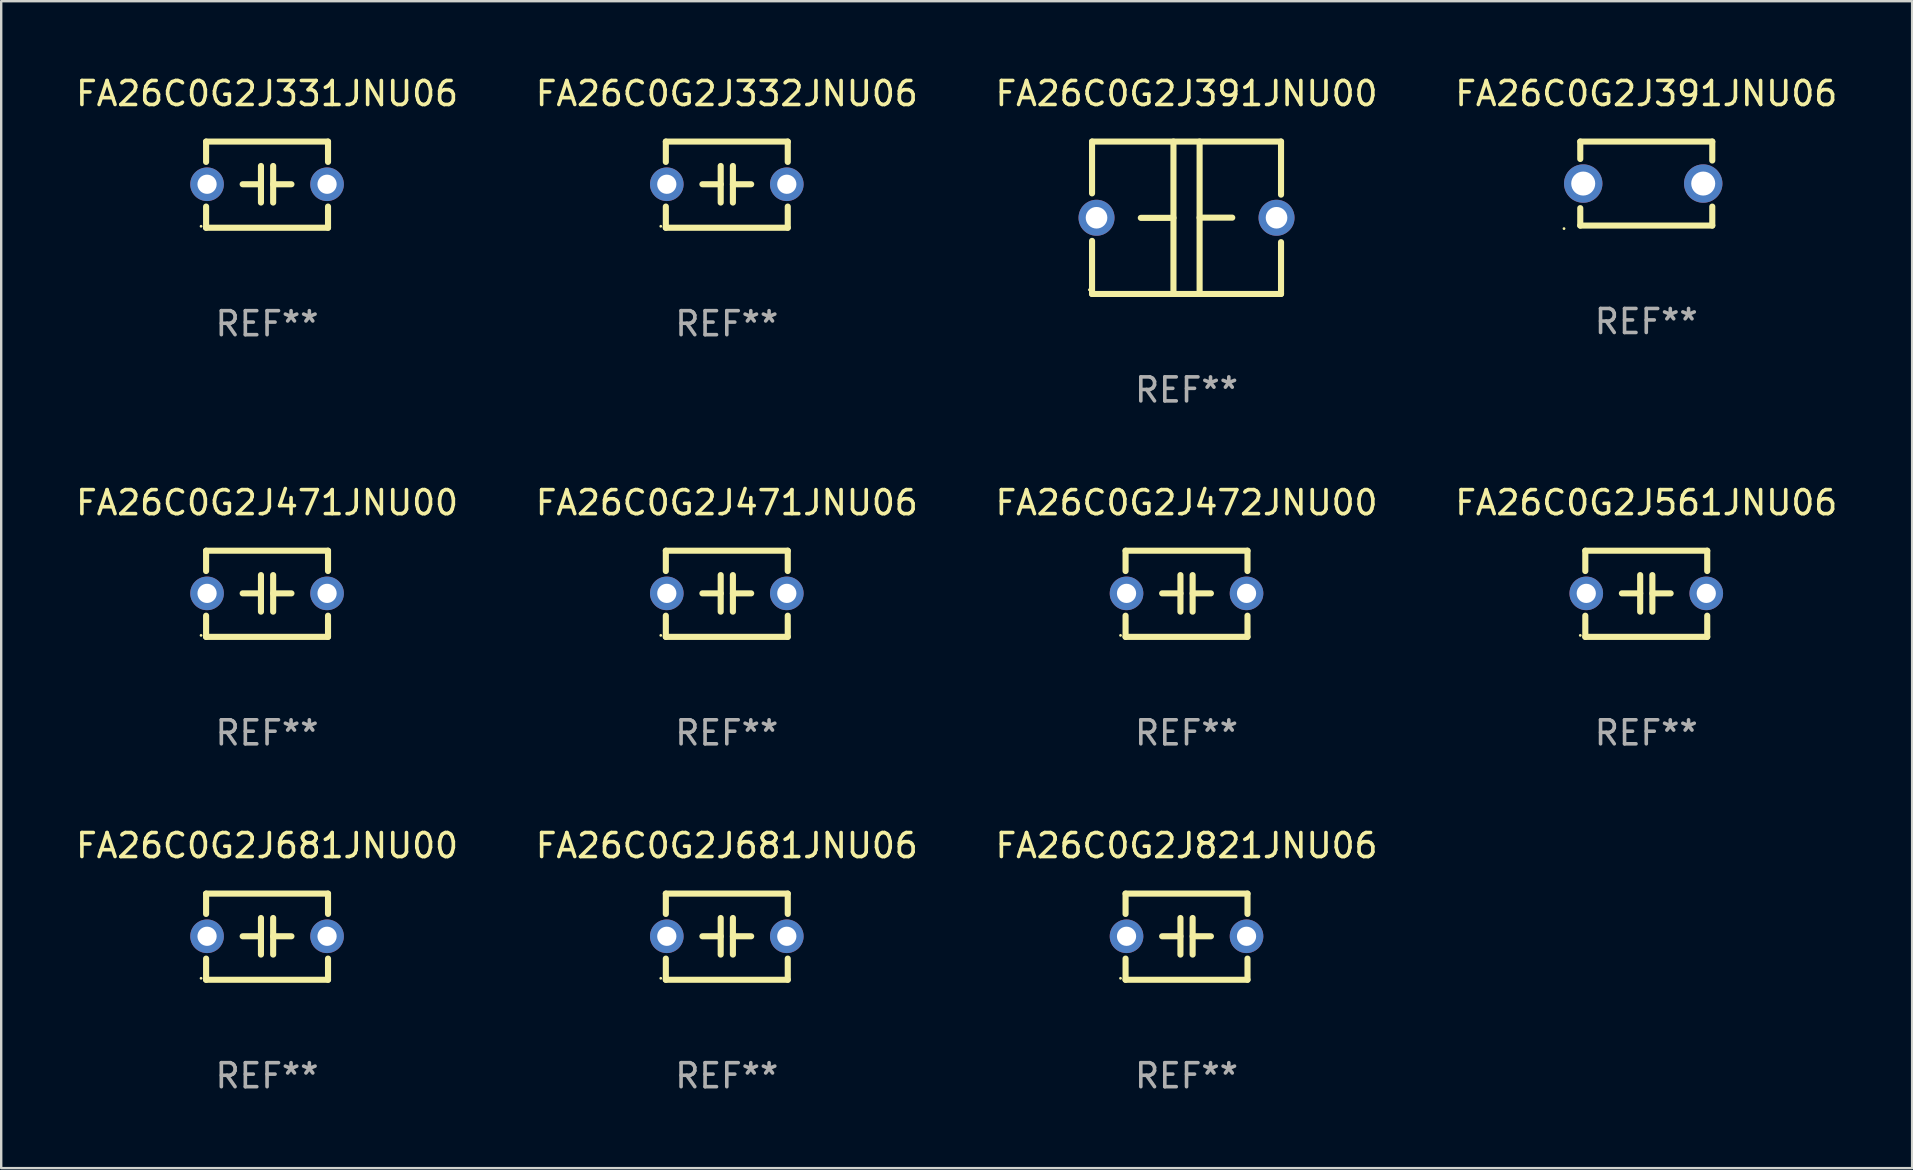
<source format=kicad_pcb>
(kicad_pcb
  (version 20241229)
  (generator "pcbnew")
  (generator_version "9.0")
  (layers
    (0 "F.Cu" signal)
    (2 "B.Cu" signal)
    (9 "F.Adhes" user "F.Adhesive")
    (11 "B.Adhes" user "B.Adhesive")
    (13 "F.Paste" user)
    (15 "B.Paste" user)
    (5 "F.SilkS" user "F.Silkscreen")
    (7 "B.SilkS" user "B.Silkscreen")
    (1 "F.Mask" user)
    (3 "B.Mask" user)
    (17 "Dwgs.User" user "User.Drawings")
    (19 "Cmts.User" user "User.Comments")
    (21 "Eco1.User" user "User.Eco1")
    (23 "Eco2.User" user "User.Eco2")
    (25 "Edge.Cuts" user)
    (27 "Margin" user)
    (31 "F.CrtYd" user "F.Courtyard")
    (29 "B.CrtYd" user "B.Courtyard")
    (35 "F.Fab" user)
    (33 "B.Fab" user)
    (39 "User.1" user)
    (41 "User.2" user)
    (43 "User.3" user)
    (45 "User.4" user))
  (footprint "FA26C0G2J471JNU00"
    (layer "F.Cu")
    (at 8.077 21.69)
    (property "Reference" "FA26C0G2J471JNU00" (at 0 -3.795 0) (layer "F.SilkS") (effects (font (size 1 1) (thickness 0.15))))
    (attr through_hole)
    (fp_line (start -2.54 -1.795) (end 2.54 -1.795) (stroke (width 0.254) (type solid)) (layer "F.SilkS"))
    (fp_line (start -2.54 -0.948) (end -2.54 -1.795) (stroke (width 0.254) (type solid)) (layer "F.SilkS"))
    (fp_line (start -2.54 1.795) (end -2.54 0.913) (stroke (width 0.254) (type solid)) (layer "F.SilkS"))
    (fp_line (start -1.016 -0.017) (end -0.254 -0.017) (stroke (width 0.254) (type solid)) (layer "F.SilkS"))
    (fp_line (start -0.254 0.745) (end -0.254 -0.779) (stroke (width 0.254) (type solid)) (layer "F.SilkS"))
    (fp_line (start 0.254 -0.779) (end 0.254 0.745) (stroke (width 0.254) (type solid)) (layer "F.SilkS"))
    (fp_line (start 1.016 -0.017) (end 0.254 -0.017) (stroke (width 0.254) (type solid)) (layer "F.SilkS"))
    (fp_line (start 2.54 -1.795) (end 2.54 -0.948) (stroke (width 0.254) (type solid)) (layer "F.SilkS"))
    (fp_line (start 2.54 1.795) (end -2.54 1.795) (stroke (width 0.254) (type solid)) (layer "F.SilkS"))
    (fp_line (start 2.54 1.795) (end 2.54 0.913) (stroke (width 0.254) (type solid)) (layer "F.SilkS"))
    (fp_circle (center -2.75 1.733) (end -2.72 1.733) (stroke (width 0.06) (type solid)) (fill no) (layer "F.SilkS"))
    (fp_text user "REF**" (at 0 5.795 0) (layer "F.Fab") (effects (font (size 1 1) (thickness 0.15))))
    (pad "1" thru_hole circle (at -2.5 -0.017) (size 1.4 1.4) (drill 0.8) (layers "*.Cu" "*.Mask"))
    (pad "2" thru_hole circle (at 2.5 -0.017) (size 1.4 1.4) (drill 0.8) (layers "*.Cu" "*.Mask")))
  (footprint "FA26C0G2J471JNU06"
    (layer "F.Cu")
    (at 27.232 21.69)
    (property "Reference" "FA26C0G2J471JNU06" (at 0 -3.795 0) (layer "F.SilkS") (effects (font (size 1 1) (thickness 0.15))))
    (attr through_hole)
    (fp_line (start -2.54 -1.795) (end 2.54 -1.795) (stroke (width 0.254) (type solid)) (layer "F.SilkS"))
    (fp_line (start -2.54 -0.948) (end -2.54 -1.795) (stroke (width 0.254) (type solid)) (layer "F.SilkS"))
    (fp_line (start -2.54 1.795) (end -2.54 0.913) (stroke (width 0.254) (type solid)) (layer "F.SilkS"))
    (fp_line (start -1.016 -0.017) (end -0.254 -0.017) (stroke (width 0.254) (type solid)) (layer "F.SilkS"))
    (fp_line (start -0.254 0.745) (end -0.254 -0.779) (stroke (width 0.254) (type solid)) (layer "F.SilkS"))
    (fp_line (start 0.254 -0.779) (end 0.254 0.745) (stroke (width 0.254) (type solid)) (layer "F.SilkS"))
    (fp_line (start 1.016 -0.017) (end 0.254 -0.017) (stroke (width 0.254) (type solid)) (layer "F.SilkS"))
    (fp_line (start 2.54 -1.795) (end 2.54 -0.948) (stroke (width 0.254) (type solid)) (layer "F.SilkS"))
    (fp_line (start 2.54 1.795) (end -2.54 1.795) (stroke (width 0.254) (type solid)) (layer "F.SilkS"))
    (fp_line (start 2.54 1.795) (end 2.54 0.913) (stroke (width 0.254) (type solid)) (layer "F.SilkS"))
    (fp_circle (center -2.75 1.733) (end -2.72 1.733) (stroke (width 0.06) (type solid)) (fill no) (layer "F.SilkS"))
    (fp_text user "REF**" (at 0 5.795 0) (layer "F.Fab") (effects (font (size 1 1) (thickness 0.15))))
    (pad "1" thru_hole circle (at -2.5 -0.017) (size 1.4 1.4) (drill 0.8) (layers "*.Cu" "*.Mask"))
    (pad "2" thru_hole circle (at 2.5 -0.017) (size 1.4 1.4) (drill 0.8) (layers "*.Cu" "*.Mask")))
  (footprint "FA26C0G2J391JNU06"
    (layer "F.Cu")
    (at 65.542 4.598)
    (property "Reference" "FA26C0G2J391JNU06" (at 0 -3.75 0) (layer "F.SilkS") (effects (font (size 1 1) (thickness 0.15))))
    (attr through_hole)
    (fp_line (start -2.75 -1.75) (end -2.75 -1.024) (stroke (width 0.254) (type solid)) (layer "F.SilkS"))
    (fp_line (start -2.75 -1.75) (end 2.75 -1.75) (stroke (width 0.254) (type solid)) (layer "F.SilkS"))
    (fp_line (start -2.75 1.024) (end -2.75 1.75) (stroke (width 0.254) (type solid)) (layer "F.SilkS"))
    (fp_line (start 2.75 -1.75) (end 2.75 -0.96) (stroke (width 0.254) (type solid)) (layer "F.SilkS"))
    (fp_line (start 2.75 0.96) (end 2.75 1.75) (stroke (width 0.254) (type solid)) (layer "F.SilkS"))
    (fp_line (start 2.75 1.75) (end -2.75 1.75) (stroke (width 0.254) (type solid)) (layer "F.SilkS"))
    (fp_circle (center -3.427 1.877) (end -3.397 1.877) (stroke (width 0.06) (type solid)) (fill no) (layer "F.SilkS"))
    (fp_text user "REF**" (at 0 5.75 0) (layer "F.Fab") (effects (font (size 1 1) (thickness 0.15))))
    (pad "1" thru_hole circle (at -2.627 0) (size 1.6 1.6) (drill 1) (layers "*.Cu" "*.Mask"))
    (pad "2" thru_hole circle (at 2.373 0) (size 1.6 1.6) (drill 1) (layers "*.Cu" "*.Mask")))
  (footprint "FA26C0G2J472JNU00"
    (layer "F.Cu")
    (at 46.387 21.69)
    (property "Reference" "FA26C0G2J472JNU00" (at 0 -3.795 0) (layer "F.SilkS") (effects (font (size 1 1) (thickness 0.15))))
    (attr through_hole)
    (fp_line (start -2.54 -1.795) (end 2.54 -1.795) (stroke (width 0.254) (type solid)) (layer "F.SilkS"))
    (fp_line (start -2.54 -0.948) (end -2.54 -1.795) (stroke (width 0.254) (type solid)) (layer "F.SilkS"))
    (fp_line (start -2.54 1.795) (end -2.54 0.913) (stroke (width 0.254) (type solid)) (layer "F.SilkS"))
    (fp_line (start -1.016 -0.017) (end -0.254 -0.017) (stroke (width 0.254) (type solid)) (layer "F.SilkS"))
    (fp_line (start -0.254 0.745) (end -0.254 -0.779) (stroke (width 0.254) (type solid)) (layer "F.SilkS"))
    (fp_line (start 0.254 -0.779) (end 0.254 0.745) (stroke (width 0.254) (type solid)) (layer "F.SilkS"))
    (fp_line (start 1.016 -0.017) (end 0.254 -0.017) (stroke (width 0.254) (type solid)) (layer "F.SilkS"))
    (fp_line (start 2.54 -1.795) (end 2.54 -0.948) (stroke (width 0.254) (type solid)) (layer "F.SilkS"))
    (fp_line (start 2.54 1.795) (end -2.54 1.795) (stroke (width 0.254) (type solid)) (layer "F.SilkS"))
    (fp_line (start 2.54 1.795) (end 2.54 0.913) (stroke (width 0.254) (type solid)) (layer "F.SilkS"))
    (fp_circle (center -2.75 1.733) (end -2.72 1.733) (stroke (width 0.06) (type solid)) (fill no) (layer "F.SilkS"))
    (fp_text user "REF**" (at 0 5.795 0) (layer "F.Fab") (effects (font (size 1 1) (thickness 0.15))))
    (pad "1" thru_hole circle (at -2.5 -0.017) (size 1.4 1.4) (drill 0.8) (layers "*.Cu" "*.Mask"))
    (pad "2" thru_hole circle (at 2.5 -0.017) (size 1.4 1.4) (drill 0.8) (layers "*.Cu" "*.Mask")))
  (footprint "FA26C0G2J821JNU06"
    (layer "F.Cu")
    (at 46.387 35.977)
    (property "Reference" "FA26C0G2J821JNU06" (at 0 -3.795 0) (layer "F.SilkS") (effects (font (size 1 1) (thickness 0.15))))
    (attr through_hole)
    (fp_line (start -2.54 -1.795) (end 2.54 -1.795) (stroke (width 0.254) (type solid)) (layer "F.SilkS"))
    (fp_line (start -2.54 -0.948) (end -2.54 -1.795) (stroke (width 0.254) (type solid)) (layer "F.SilkS"))
    (fp_line (start -2.54 1.795) (end -2.54 0.913) (stroke (width 0.254) (type solid)) (layer "F.SilkS"))
    (fp_line (start -1.016 -0.017) (end -0.254 -0.017) (stroke (width 0.254) (type solid)) (layer "F.SilkS"))
    (fp_line (start -0.254 0.745) (end -0.254 -0.779) (stroke (width 0.254) (type solid)) (layer "F.SilkS"))
    (fp_line (start 0.254 -0.779) (end 0.254 0.745) (stroke (width 0.254) (type solid)) (layer "F.SilkS"))
    (fp_line (start 1.016 -0.017) (end 0.254 -0.017) (stroke (width 0.254) (type solid)) (layer "F.SilkS"))
    (fp_line (start 2.54 -1.795) (end 2.54 -0.948) (stroke (width 0.254) (type solid)) (layer "F.SilkS"))
    (fp_line (start 2.54 1.795) (end -2.54 1.795) (stroke (width 0.254) (type solid)) (layer "F.SilkS"))
    (fp_line (start 2.54 1.795) (end 2.54 0.913) (stroke (width 0.254) (type solid)) (layer "F.SilkS"))
    (fp_circle (center -2.75 1.733) (end -2.72 1.733) (stroke (width 0.06) (type solid)) (fill no) (layer "F.SilkS"))
    (fp_text user "REF**" (at 0 5.795 0) (layer "F.Fab") (effects (font (size 1 1) (thickness 0.15))))
    (pad "1" thru_hole circle (at -2.5 -0.017) (size 1.4 1.4) (drill 0.8) (layers "*.Cu" "*.Mask"))
    (pad "2" thru_hole circle (at 2.5 -0.017) (size 1.4 1.4) (drill 0.8) (layers "*.Cu" "*.Mask")))
  (footprint "FA26C0G2J681JNU00"
    (layer "F.Cu")
    (at 8.077 35.977)
    (property "Reference" "FA26C0G2J681JNU00" (at 0 -3.795 0) (layer "F.SilkS") (effects (font (size 1 1) (thickness 0.15))))
    (attr through_hole)
    (fp_line (start -2.54 -1.795) (end 2.54 -1.795) (stroke (width 0.254) (type solid)) (layer "F.SilkS"))
    (fp_line (start -2.54 -0.948) (end -2.54 -1.795) (stroke (width 0.254) (type solid)) (layer "F.SilkS"))
    (fp_line (start -2.54 1.795) (end -2.54 0.913) (stroke (width 0.254) (type solid)) (layer "F.SilkS"))
    (fp_line (start -1.016 -0.017) (end -0.254 -0.017) (stroke (width 0.254) (type solid)) (layer "F.SilkS"))
    (fp_line (start -0.254 0.745) (end -0.254 -0.779) (stroke (width 0.254) (type solid)) (layer "F.SilkS"))
    (fp_line (start 0.254 -0.779) (end 0.254 0.745) (stroke (width 0.254) (type solid)) (layer "F.SilkS"))
    (fp_line (start 1.016 -0.017) (end 0.254 -0.017) (stroke (width 0.254) (type solid)) (layer "F.SilkS"))
    (fp_line (start 2.54 -1.795) (end 2.54 -0.948) (stroke (width 0.254) (type solid)) (layer "F.SilkS"))
    (fp_line (start 2.54 1.795) (end -2.54 1.795) (stroke (width 0.254) (type solid)) (layer "F.SilkS"))
    (fp_line (start 2.54 1.795) (end 2.54 0.913) (stroke (width 0.254) (type solid)) (layer "F.SilkS"))
    (fp_circle (center -2.75 1.733) (end -2.72 1.733) (stroke (width 0.06) (type solid)) (fill no) (layer "F.SilkS"))
    (fp_text user "REF**" (at 0 5.795 0) (layer "F.Fab") (effects (font (size 1 1) (thickness 0.15))))
    (pad "1" thru_hole circle (at -2.5 -0.017) (size 1.4 1.4) (drill 0.8) (layers "*.Cu" "*.Mask"))
    (pad "2" thru_hole circle (at 2.5 -0.017) (size 1.4 1.4) (drill 0.8) (layers "*.Cu" "*.Mask")))
  (footprint "FA26C0G2J331JNU06"
    (layer "F.Cu")
    (at 8.077 4.644)
    (property "Reference" "FA26C0G2J331JNU06" (at 0 -3.795 0) (layer "F.SilkS") (effects (font (size 1 1) (thickness 0.15))))
    (attr through_hole)
    (fp_line (start -2.54 -1.795) (end 2.54 -1.795) (stroke (width 0.254) (type solid)) (layer "F.SilkS"))
    (fp_line (start -2.54 -0.948) (end -2.54 -1.795) (stroke (width 0.254) (type solid)) (layer "F.SilkS"))
    (fp_line (start -2.54 1.795) (end -2.54 0.913) (stroke (width 0.254) (type solid)) (layer "F.SilkS"))
    (fp_line (start -1.016 -0.017) (end -0.254 -0.017) (stroke (width 0.254) (type solid)) (layer "F.SilkS"))
    (fp_line (start -0.254 0.745) (end -0.254 -0.779) (stroke (width 0.254) (type solid)) (layer "F.SilkS"))
    (fp_line (start 0.254 -0.779) (end 0.254 0.745) (stroke (width 0.254) (type solid)) (layer "F.SilkS"))
    (fp_line (start 1.016 -0.017) (end 0.254 -0.017) (stroke (width 0.254) (type solid)) (layer "F.SilkS"))
    (fp_line (start 2.54 -1.795) (end 2.54 -0.948) (stroke (width 0.254) (type solid)) (layer "F.SilkS"))
    (fp_line (start 2.54 1.795) (end -2.54 1.795) (stroke (width 0.254) (type solid)) (layer "F.SilkS"))
    (fp_line (start 2.54 1.795) (end 2.54 0.913) (stroke (width 0.254) (type solid)) (layer "F.SilkS"))
    (fp_circle (center -2.75 1.733) (end -2.72 1.733) (stroke (width 0.06) (type solid)) (fill no) (layer "F.SilkS"))
    (fp_text user "REF**" (at 0 5.795 0) (layer "F.Fab") (effects (font (size 1 1) (thickness 0.15))))
    (pad "1" thru_hole circle (at -2.5 -0.017) (size 1.4 1.4) (drill 0.8) (layers "*.Cu" "*.Mask"))
    (pad "2" thru_hole circle (at 2.5 -0.017) (size 1.4 1.4) (drill 0.8) (layers "*.Cu" "*.Mask")))
  (footprint "FA26C0G2J332JNU06"
    (layer "F.Cu")
    (at 27.232 4.644)
    (property "Reference" "FA26C0G2J332JNU06" (at 0 -3.795 0) (layer "F.SilkS") (effects (font (size 1 1) (thickness 0.15))))
    (attr through_hole)
    (fp_line (start -2.54 -1.795) (end 2.54 -1.795) (stroke (width 0.254) (type solid)) (layer "F.SilkS"))
    (fp_line (start -2.54 -0.948) (end -2.54 -1.795) (stroke (width 0.254) (type solid)) (layer "F.SilkS"))
    (fp_line (start -2.54 1.795) (end -2.54 0.913) (stroke (width 0.254) (type solid)) (layer "F.SilkS"))
    (fp_line (start -1.016 -0.017) (end -0.254 -0.017) (stroke (width 0.254) (type solid)) (layer "F.SilkS"))
    (fp_line (start -0.254 0.745) (end -0.254 -0.779) (stroke (width 0.254) (type solid)) (layer "F.SilkS"))
    (fp_line (start 0.254 -0.779) (end 0.254 0.745) (stroke (width 0.254) (type solid)) (layer "F.SilkS"))
    (fp_line (start 1.016 -0.017) (end 0.254 -0.017) (stroke (width 0.254) (type solid)) (layer "F.SilkS"))
    (fp_line (start 2.54 -1.795) (end 2.54 -0.948) (stroke (width 0.254) (type solid)) (layer "F.SilkS"))
    (fp_line (start 2.54 1.795) (end -2.54 1.795) (stroke (width 0.254) (type solid)) (layer "F.SilkS"))
    (fp_line (start 2.54 1.795) (end 2.54 0.913) (stroke (width 0.254) (type solid)) (layer "F.SilkS"))
    (fp_circle (center -2.75 1.733) (end -2.72 1.733) (stroke (width 0.06) (type solid)) (fill no) (layer "F.SilkS"))
    (fp_text user "REF**" (at 0 5.795 0) (layer "F.Fab") (effects (font (size 1 1) (thickness 0.15))))
    (pad "1" thru_hole circle (at -2.5 -0.017) (size 1.4 1.4) (drill 0.8) (layers "*.Cu" "*.Mask"))
    (pad "2" thru_hole circle (at 2.5 -0.017) (size 1.4 1.4) (drill 0.8) (layers "*.Cu" "*.Mask")))
  (footprint "FA26C0G2J681JNU06"
    (layer "F.Cu")
    (at 27.232 35.977)
    (property "Reference" "FA26C0G2J681JNU06" (at 0 -3.795 0) (layer "F.SilkS") (effects (font (size 1 1) (thickness 0.15))))
    (attr through_hole)
    (fp_line (start -2.54 -1.795) (end 2.54 -1.795) (stroke (width 0.254) (type solid)) (layer "F.SilkS"))
    (fp_line (start -2.54 -0.948) (end -2.54 -1.795) (stroke (width 0.254) (type solid)) (layer "F.SilkS"))
    (fp_line (start -2.54 1.795) (end -2.54 0.913) (stroke (width 0.254) (type solid)) (layer "F.SilkS"))
    (fp_line (start -1.016 -0.017) (end -0.254 -0.017) (stroke (width 0.254) (type solid)) (layer "F.SilkS"))
    (fp_line (start -0.254 0.745) (end -0.254 -0.779) (stroke (width 0.254) (type solid)) (layer "F.SilkS"))
    (fp_line (start 0.254 -0.779) (end 0.254 0.745) (stroke (width 0.254) (type solid)) (layer "F.SilkS"))
    (fp_line (start 1.016 -0.017) (end 0.254 -0.017) (stroke (width 0.254) (type solid)) (layer "F.SilkS"))
    (fp_line (start 2.54 -1.795) (end 2.54 -0.948) (stroke (width 0.254) (type solid)) (layer "F.SilkS"))
    (fp_line (start 2.54 1.795) (end -2.54 1.795) (stroke (width 0.254) (type solid)) (layer "F.SilkS"))
    (fp_line (start 2.54 1.795) (end 2.54 0.913) (stroke (width 0.254) (type solid)) (layer "F.SilkS"))
    (fp_circle (center -2.75 1.733) (end -2.72 1.733) (stroke (width 0.06) (type solid)) (fill no) (layer "F.SilkS"))
    (fp_text user "REF**" (at 0 5.795 0) (layer "F.Fab") (effects (font (size 1 1) (thickness 0.15))))
    (pad "1" thru_hole circle (at -2.5 -0.017) (size 1.4 1.4) (drill 0.8) (layers "*.Cu" "*.Mask"))
    (pad "2" thru_hole circle (at 2.5 -0.017) (size 1.4 1.4) (drill 0.8) (layers "*.Cu" "*.Mask")))
  (footprint "FA26C0G2J391JNU00"
    (layer "F.Cu")
    (at 46.387 6.023)
    (property "Reference" "FA26C0G2J391JNU00" (at 0 -5.175 0) (layer "F.SilkS") (effects (font (size 1 1) (thickness 0.15))))
    (attr through_hole)
    (fp_line (start -3.937 -3.175) (end 3.937 -3.175) (stroke (width 0.254) (type solid)) (layer "F.SilkS"))
    (fp_line (start -3.937 -1.016) (end -3.937 -3.175) (stroke (width 0.254) (type solid)) (layer "F.SilkS"))
    (fp_line (start -3.937 3.175) (end -3.937 0.963) (stroke (width 0.254) (type solid)) (layer "F.SilkS"))
    (fp_line (start -0.545 0.005) (end -1.905 0.005) (stroke (width 0.254) (type solid)) (layer "F.SilkS"))
    (fp_line (start -0.545 3.175) (end -0.545 -3.175) (stroke (width 0.254) (type solid)) (layer "F.SilkS"))
    (fp_line (start 0.545 -3.175) (end 0.545 3.175) (stroke (width 0.254) (type solid)) (layer "F.SilkS"))
    (fp_line (start 0.545 -0.005) (end 1.905 -0.005) (stroke (width 0.254) (type solid)) (layer "F.SilkS"))
    (fp_line (start 3.937 -3.175) (end 3.937 -0.963) (stroke (width 0.254) (type solid)) (layer "F.SilkS"))
    (fp_line (start 3.937 1.016) (end 3.937 3.175) (stroke (width 0.254) (type solid)) (layer "F.SilkS"))
    (fp_line (start 3.937 3.175) (end -3.937 3.175) (stroke (width 0.254) (type solid)) (layer "F.SilkS"))
    (fp_circle (center -4.05 3) (end -4.02 3) (stroke (width 0.06) (type solid)) (fill no) (layer "F.SilkS"))
    (fp_text user "REF**" (at 0 7.175 0) (layer "F.Fab") (effects (font (size 1 1) (thickness 0.15))))
    (pad "1" thru_hole circle (at -3.75 0) (size 1.5 1.5) (drill 0.9) (layers "*.Cu" "*.Mask"))
    (pad "2" thru_hole circle (at 3.75 0) (size 1.5 1.5) (drill 0.9) (layers "*.Cu" "*.Mask")))
  (footprint "FA26C0G2J561JNU06"
    (layer "F.Cu")
    (at 65.542 21.69)
    (property "Reference" "FA26C0G2J561JNU06" (at 0 -3.795 0) (layer "F.SilkS") (effects (font (size 1 1) (thickness 0.15))))
    (attr through_hole)
    (fp_line (start -2.54 -1.795) (end 2.54 -1.795) (stroke (width 0.254) (type solid)) (layer "F.SilkS"))
    (fp_line (start -2.54 -0.948) (end -2.54 -1.795) (stroke (width 0.254) (type solid)) (layer "F.SilkS"))
    (fp_line (start -2.54 1.795) (end -2.54 0.913) (stroke (width 0.254) (type solid)) (layer "F.SilkS"))
    (fp_line (start -1.016 -0.017) (end -0.254 -0.017) (stroke (width 0.254) (type solid)) (layer "F.SilkS"))
    (fp_line (start -0.254 0.745) (end -0.254 -0.779) (stroke (width 0.254) (type solid)) (layer "F.SilkS"))
    (fp_line (start 0.254 -0.779) (end 0.254 0.745) (stroke (width 0.254) (type solid)) (layer "F.SilkS"))
    (fp_line (start 1.016 -0.017) (end 0.254 -0.017) (stroke (width 0.254) (type solid)) (layer "F.SilkS"))
    (fp_line (start 2.54 -1.795) (end 2.54 -0.948) (stroke (width 0.254) (type solid)) (layer "F.SilkS"))
    (fp_line (start 2.54 1.795) (end -2.54 1.795) (stroke (width 0.254) (type solid)) (layer "F.SilkS"))
    (fp_line (start 2.54 1.795) (end 2.54 0.913) (stroke (width 0.254) (type solid)) (layer "F.SilkS"))
    (fp_circle (center -2.75 1.733) (end -2.72 1.733) (stroke (width 0.06) (type solid)) (fill no) (layer "F.SilkS"))
    (fp_text user "REF**" (at 0 5.795 0) (layer "F.Fab") (effects (font (size 1 1) (thickness 0.15))))
    (pad "1" thru_hole circle (at -2.5 -0.017) (size 1.4 1.4) (drill 0.8) (layers "*.Cu" "*.Mask"))
    (pad "2" thru_hole circle (at 2.5 -0.017) (size 1.4 1.4) (drill 0.8) (layers "*.Cu" "*.Mask")))
  (gr_rect
    (start -3 -3)
    (end 76.619 45.621)
    (stroke (width 0.1) (type default))
    (fill no)
    (layer "Edge.Cuts")))
</source>
